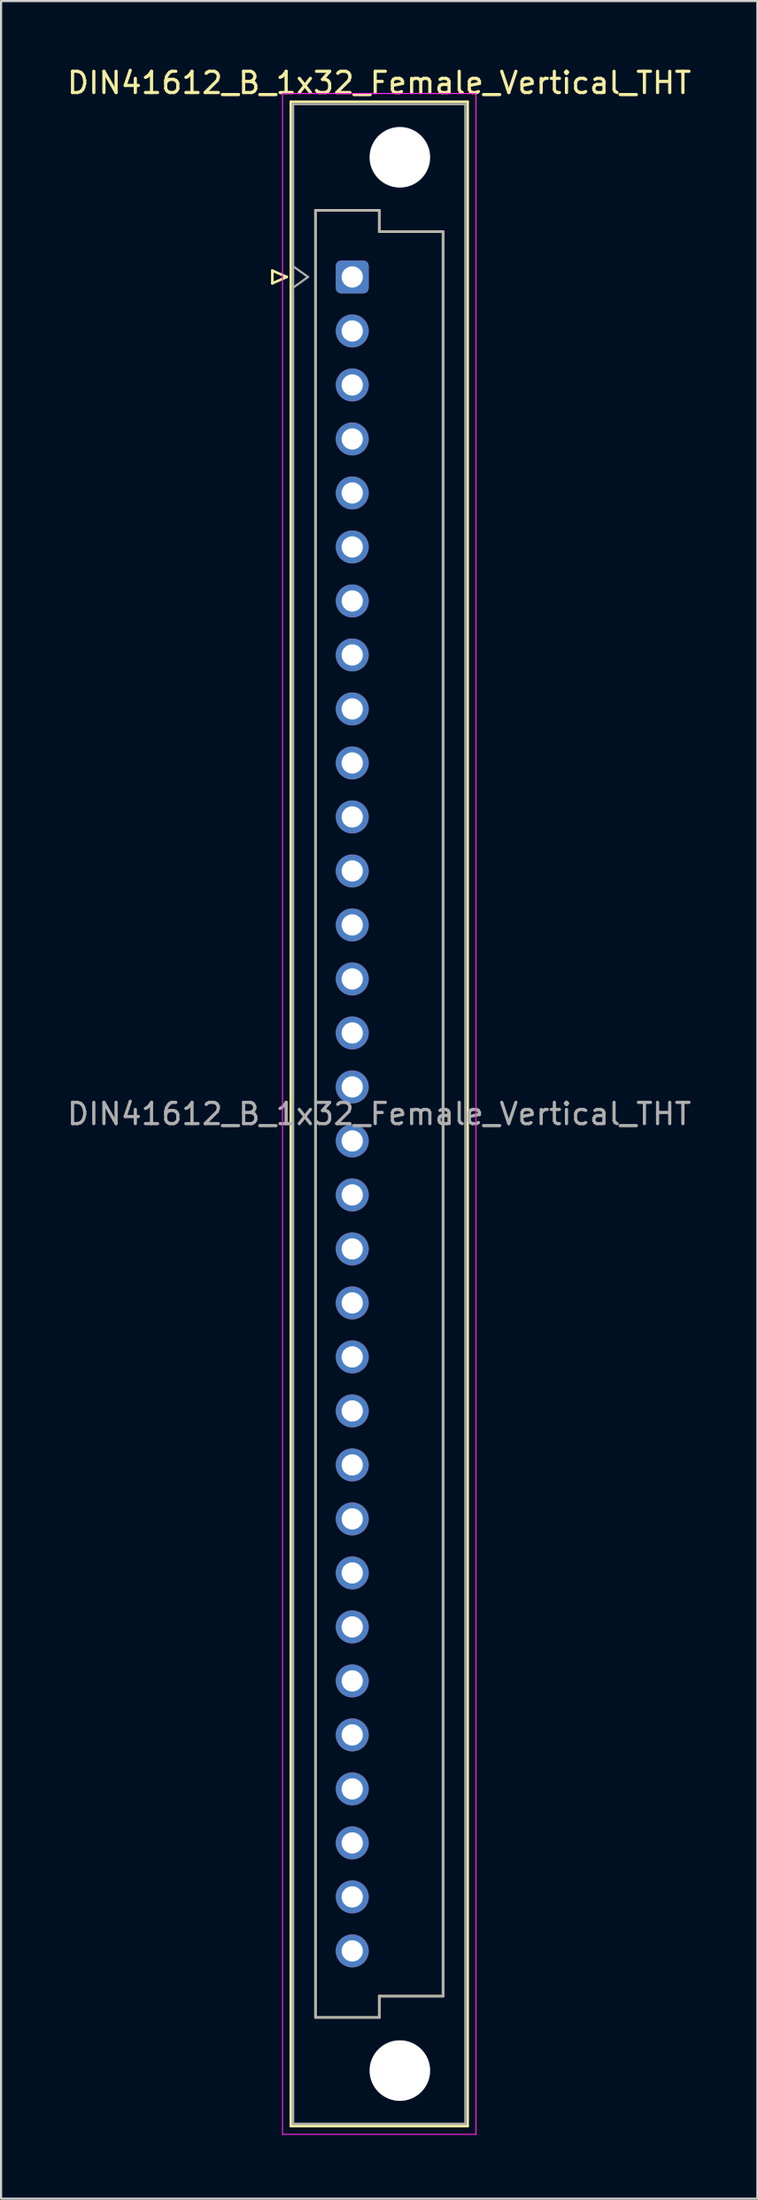
<source format=kicad_pcb>
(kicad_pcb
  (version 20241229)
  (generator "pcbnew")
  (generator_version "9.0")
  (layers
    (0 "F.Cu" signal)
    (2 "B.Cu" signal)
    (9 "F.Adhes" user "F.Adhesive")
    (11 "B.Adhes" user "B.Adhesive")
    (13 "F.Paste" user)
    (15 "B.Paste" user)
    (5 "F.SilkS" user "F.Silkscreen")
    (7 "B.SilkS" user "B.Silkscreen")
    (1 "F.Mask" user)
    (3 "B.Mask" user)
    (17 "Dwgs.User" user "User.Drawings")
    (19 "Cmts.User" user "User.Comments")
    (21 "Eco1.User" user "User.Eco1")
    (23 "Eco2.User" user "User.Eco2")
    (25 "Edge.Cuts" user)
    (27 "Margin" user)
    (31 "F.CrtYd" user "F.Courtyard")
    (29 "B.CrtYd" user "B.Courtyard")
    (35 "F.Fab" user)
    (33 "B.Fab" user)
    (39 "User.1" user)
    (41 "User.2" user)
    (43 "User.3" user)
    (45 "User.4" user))
  (footprint "DIN41612_B_1x32_Female_Vertical_THT"
    (layer "F.Cu")
    (at 13.522 9.978)
    (property "Reference" "DIN41612_B_1x32_Female_Vertical_THT" (at 1.27 -9.13 0) (layer "F.SilkS") (effects (font (size 1 1) (thickness 0.15))))
    (attr through_hole)
    (fp_line (start -3.76 -0.3) (end -3.76 0.3) (stroke (width 0.12) (type solid)) (layer "F.SilkS"))
    (fp_line (start -3.76 0.3) (end -3.08 0) (stroke (width 0.12) (type solid)) (layer "F.SilkS"))
    (fp_line (start -3.08 0) (end -3.76 -0.3) (stroke (width 0.12) (type solid)) (layer "F.SilkS"))
    (fp_line (start -2.89 -8.24) (end 5.43 -8.24) (stroke (width 0.12) (type solid)) (layer "F.SilkS"))
    (fp_line (start -2.89 86.98) (end -2.89 -8.24) (stroke (width 0.12) (type solid)) (layer "F.SilkS"))
    (fp_line (start -1.73 -3.131) (end 1.27 -3.131) (stroke (width 0.12) (type solid)) (layer "F.SilkS"))
    (fp_line (start -1.73 81.87) (end -1.73 -3.131) (stroke (width 0.12) (type solid)) (layer "F.SilkS"))
    (fp_line (start 1.27 -3.131) (end 1.27 -2.131) (stroke (width 0.12) (type solid)) (layer "F.SilkS"))
    (fp_line (start 1.27 -2.131) (end 4.27 -2.131) (stroke (width 0.12) (type solid)) (layer "F.SilkS"))
    (fp_line (start 1.27 80.87) (end 1.27 81.87) (stroke (width 0.12) (type solid)) (layer "F.SilkS"))
    (fp_line (start 1.27 81.87) (end -1.73 81.87) (stroke (width 0.12) (type solid)) (layer "F.SilkS"))
    (fp_line (start 4.27 -2.131) (end 4.27 80.87) (stroke (width 0.12) (type solid)) (layer "F.SilkS"))
    (fp_line (start 4.27 80.87) (end 1.27 80.87) (stroke (width 0.12) (type solid)) (layer "F.SilkS"))
    (fp_line (start 5.43 -8.24) (end 5.43 86.98) (stroke (width 0.12) (type solid)) (layer "F.SilkS"))
    (fp_line (start 5.43 86.98) (end -2.89 86.98) (stroke (width 0.12) (type solid)) (layer "F.SilkS"))
    (fp_line (start -3.28 -8.63) (end 5.82 -8.63) (stroke (width 0.05) (type solid)) (layer "F.CrtYd"))
    (fp_line (start -3.28 87.37) (end -3.28 -8.63) (stroke (width 0.05) (type solid)) (layer "F.CrtYd"))
    (fp_line (start 5.82 -8.63) (end 5.82 87.37) (stroke (width 0.05) (type solid)) (layer "F.CrtYd"))
    (fp_line (start 5.82 87.37) (end -3.28 87.37) (stroke (width 0.05) (type solid)) (layer "F.CrtYd"))
    (fp_line (start -2.78 -8.13) (end 5.32 -8.13) (stroke (width 0.1) (type solid)) (layer "F.Fab"))
    (fp_line (start -2.78 -0.5) (end -2.08 0) (stroke (width 0.1) (type solid)) (layer "F.Fab"))
    (fp_line (start -2.78 86.87) (end -2.78 -8.13) (stroke (width 0.1) (type solid)) (layer "F.Fab"))
    (fp_line (start -2.08 0) (end -2.78 0.5) (stroke (width 0.1) (type solid)) (layer "F.Fab"))
    (fp_line (start -1.73 -3.13) (end 1.27 -3.13) (stroke (width 0.1) (type solid)) (layer "F.Fab"))
    (fp_line (start -1.73 81.87) (end -1.73 -3.13) (stroke (width 0.1) (type solid)) (layer "F.Fab"))
    (fp_line (start 1.27 -3.13) (end 1.27 -2.13) (stroke (width 0.1) (type solid)) (layer "F.Fab"))
    (fp_line (start 1.27 -2.13) (end 4.27 -2.13) (stroke (width 0.1) (type solid)) (layer "F.Fab"))
    (fp_line (start 1.27 80.87) (end 1.27 81.87) (stroke (width 0.1) (type solid)) (layer "F.Fab"))
    (fp_line (start 1.27 81.87) (end -1.73 81.87) (stroke (width 0.1) (type solid)) (layer "F.Fab"))
    (fp_line (start 4.27 -2.13) (end 4.27 80.87) (stroke (width 0.1) (type solid)) (layer "F.Fab"))
    (fp_line (start 4.27 80.87) (end 1.27 80.87) (stroke (width 0.1) (type solid)) (layer "F.Fab"))
    (fp_line (start 5.32 -8.13) (end 5.32 86.87) (stroke (width 0.1) (type solid)) (layer "F.Fab"))
    (fp_line (start 5.32 86.87) (end -2.78 86.87) (stroke (width 0.1) (type solid)) (layer "F.Fab"))
    (fp_text user "${REFERENCE}" (at 1.27 39.37 0) (layer "F.Fab") (effects (font (size 1 1) (thickness 0.15))))
    (pad "" np_thru_hole circle (at 2.24 -5.63) (size 2.85 2.85) (drill 2.85) (layers "*.Cu" "*.Mask"))
    (pad "" np_thru_hole circle (at 2.24 84.37) (size 2.85 2.85) (drill 2.85) (layers "*.Cu" "*.Mask"))
    (pad "a1" thru_hole roundrect (at 0 0) (size 1.55 1.55) (drill 1) (layers "*.Cu" "*.Mask") (roundrect_rratio 0.161))
    (pad "a2" thru_hole circle (at 0 2.54) (size 1.55 1.55) (drill 1) (layers "*.Cu" "*.Mask"))
    (pad "a3" thru_hole circle (at 0 5.08) (size 1.55 1.55) (drill 1) (layers "*.Cu" "*.Mask"))
    (pad "a4" thru_hole circle (at 0 7.62) (size 1.55 1.55) (drill 1) (layers "*.Cu" "*.Mask"))
    (pad "a5" thru_hole circle (at 0 10.16) (size 1.55 1.55) (drill 1) (layers "*.Cu" "*.Mask"))
    (pad "a6" thru_hole circle (at 0 12.7) (size 1.55 1.55) (drill 1) (layers "*.Cu" "*.Mask"))
    (pad "a7" thru_hole circle (at 0 15.24) (size 1.55 1.55) (drill 1) (layers "*.Cu" "*.Mask"))
    (pad "a8" thru_hole circle (at 0 17.78) (size 1.55 1.55) (drill 1) (layers "*.Cu" "*.Mask"))
    (pad "a9" thru_hole circle (at 0 20.32) (size 1.55 1.55) (drill 1) (layers "*.Cu" "*.Mask"))
    (pad "a10" thru_hole circle (at 0 22.86) (size 1.55 1.55) (drill 1) (layers "*.Cu" "*.Mask"))
    (pad "a11" thru_hole circle (at 0 25.4) (size 1.55 1.55) (drill 1) (layers "*.Cu" "*.Mask"))
    (pad "a12" thru_hole circle (at 0 27.94) (size 1.55 1.55) (drill 1) (layers "*.Cu" "*.Mask"))
    (pad "a13" thru_hole circle (at 0 30.48) (size 1.55 1.55) (drill 1) (layers "*.Cu" "*.Mask"))
    (pad "a14" thru_hole circle (at 0 33.02) (size 1.55 1.55) (drill 1) (layers "*.Cu" "*.Mask"))
    (pad "a15" thru_hole circle (at 0 35.56) (size 1.55 1.55) (drill 1) (layers "*.Cu" "*.Mask"))
    (pad "a16" thru_hole circle (at 0 38.1) (size 1.55 1.55) (drill 1) (layers "*.Cu" "*.Mask"))
    (pad "a17" thru_hole circle (at 0 40.64) (size 1.55 1.55) (drill 1) (layers "*.Cu" "*.Mask"))
    (pad "a18" thru_hole circle (at 0 43.18) (size 1.55 1.55) (drill 1) (layers "*.Cu" "*.Mask"))
    (pad "a19" thru_hole circle (at 0 45.72) (size 1.55 1.55) (drill 1) (layers "*.Cu" "*.Mask"))
    (pad "a20" thru_hole circle (at 0 48.26) (size 1.55 1.55) (drill 1) (layers "*.Cu" "*.Mask"))
    (pad "a21" thru_hole circle (at 0 50.8) (size 1.55 1.55) (drill 1) (layers "*.Cu" "*.Mask"))
    (pad "a22" thru_hole circle (at 0 53.34) (size 1.55 1.55) (drill 1) (layers "*.Cu" "*.Mask"))
    (pad "a23" thru_hole circle (at 0 55.88) (size 1.55 1.55) (drill 1) (layers "*.Cu" "*.Mask"))
    (pad "a24" thru_hole circle (at 0 58.42) (size 1.55 1.55) (drill 1) (layers "*.Cu" "*.Mask"))
    (pad "a25" thru_hole circle (at 0 60.96) (size 1.55 1.55) (drill 1) (layers "*.Cu" "*.Mask"))
    (pad "a26" thru_hole circle (at 0 63.5) (size 1.55 1.55) (drill 1) (layers "*.Cu" "*.Mask"))
    (pad "a27" thru_hole circle (at 0 66.04) (size 1.55 1.55) (drill 1) (layers "*.Cu" "*.Mask"))
    (pad "a28" thru_hole circle (at 0 68.58) (size 1.55 1.55) (drill 1) (layers "*.Cu" "*.Mask"))
    (pad "a29" thru_hole circle (at 0 71.12) (size 1.55 1.55) (drill 1) (layers "*.Cu" "*.Mask"))
    (pad "a30" thru_hole circle (at 0 73.66) (size 1.55 1.55) (drill 1) (layers "*.Cu" "*.Mask"))
    (pad "a31" thru_hole circle (at 0 76.2) (size 1.55 1.55) (drill 1) (layers "*.Cu" "*.Mask"))
    (pad "a32" thru_hole circle (at 0 78.74) (size 1.55 1.55) (drill 1) (layers "*.Cu" "*.Mask")))
  (gr_rect
    (start -3 -3)
    (end 32.583 100.373)
    (stroke (width 0.1) (type default))
    (fill no)
    (layer "Edge.Cuts")))
</source>
